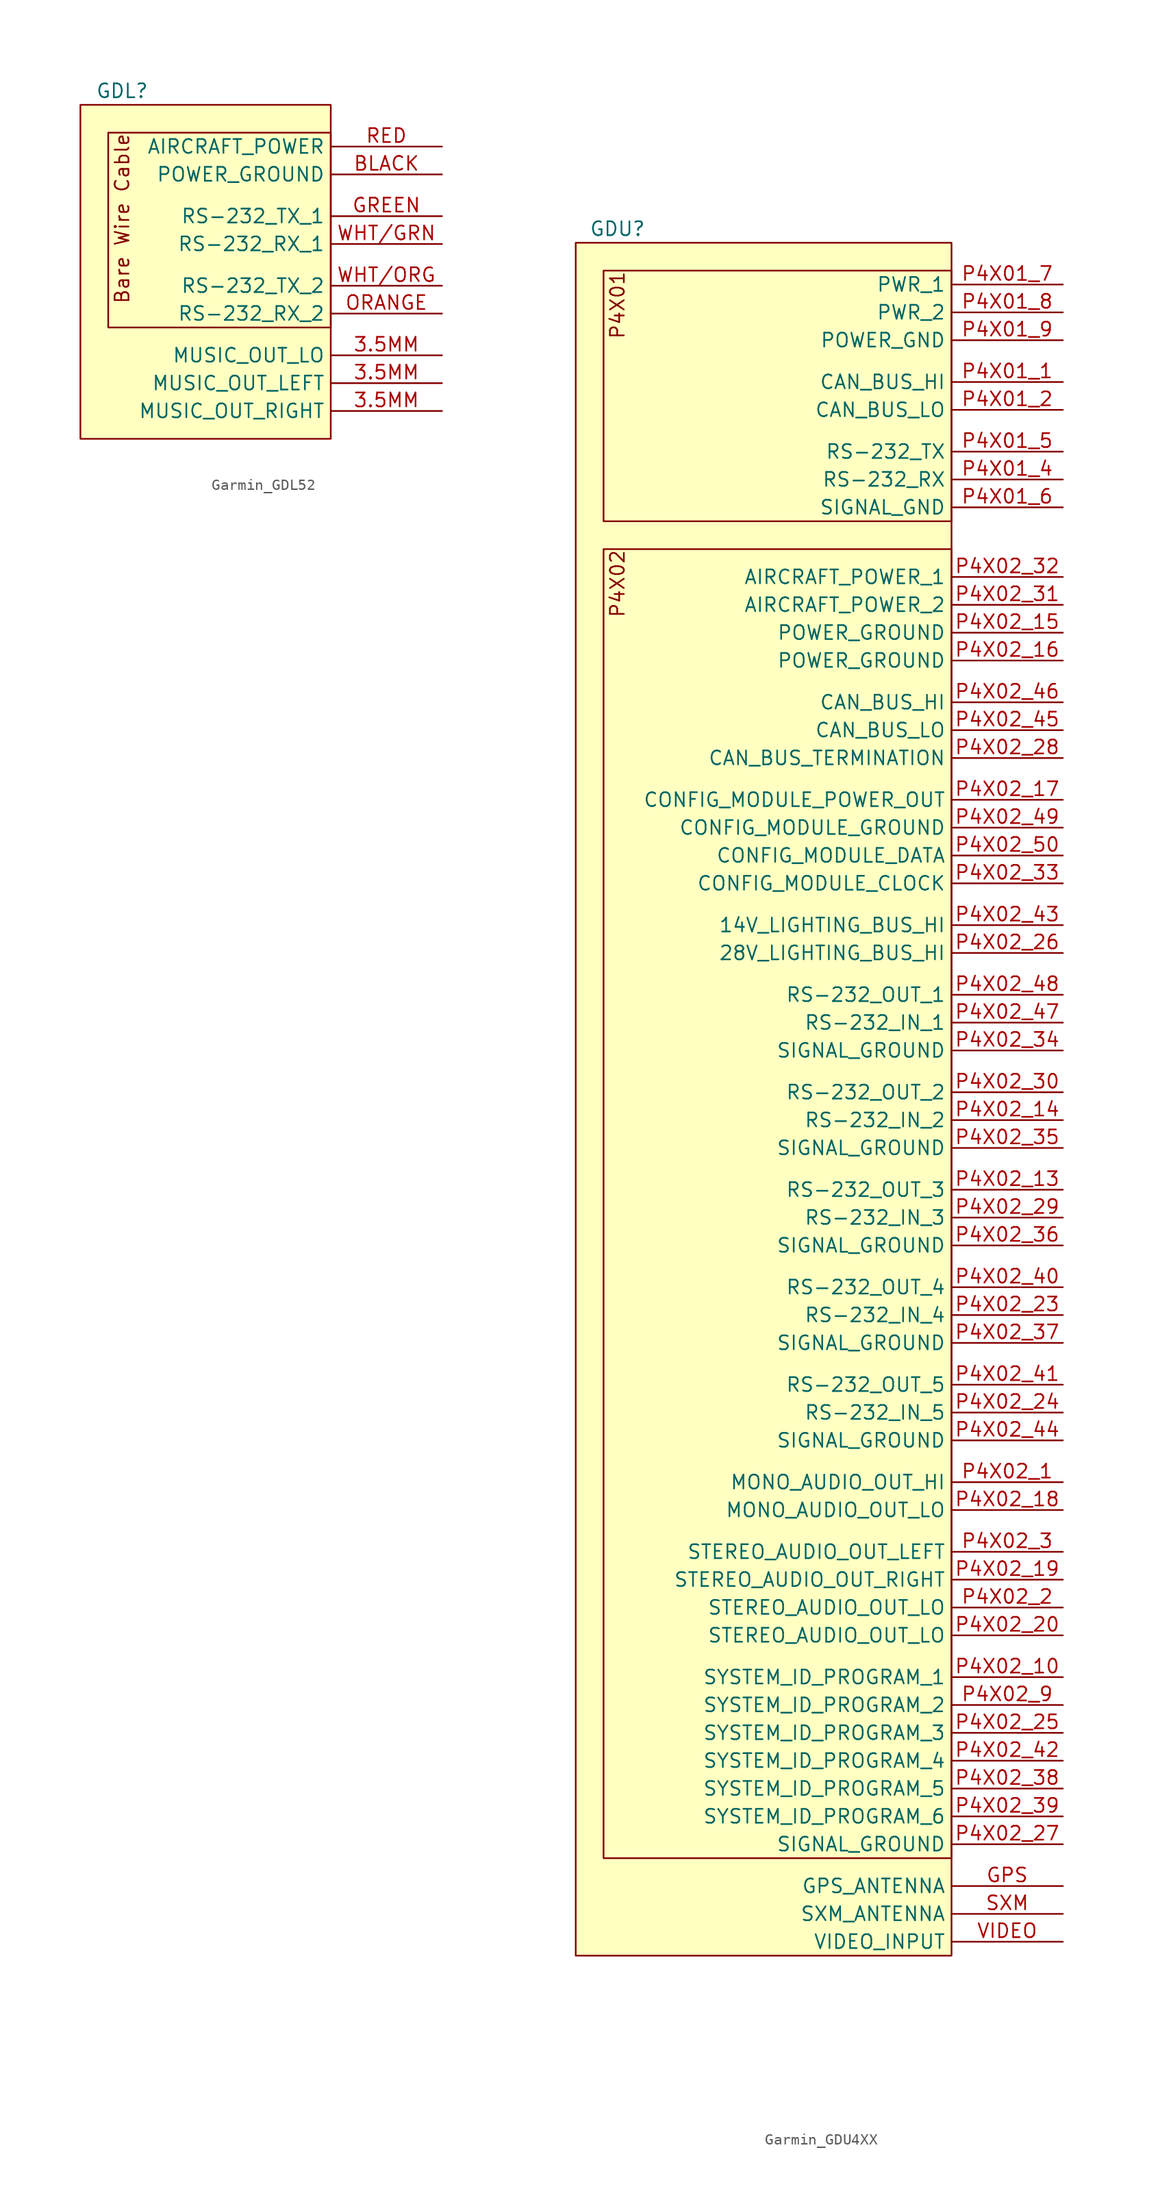
<source format=kicad_sym>
(kicad_symbol_lib
  (version 20241209)
  (generator "kicad_symbol_editor")
  (generator_version "9.0")
  (symbol "Garmin_GDL52"
    (property "Reference" "GDL"
      (at 3.81 1.27 0)
      (effects (font (size 1.27 1.27))))
    (property "Value" ""
      (at 2.54 -1.27 0)
      (effects (font (size 1.27 1.27))))
    (symbol "Garmin_GDL52_1_1"
      (rectangle (start 0 0) (end 22.86 -30.48) (stroke (width 0) (type default)) (fill (type background)))
      (rectangle (start 2.54 -2.54) (end 22.86 -20.32) (stroke (width 0) (type default)) (fill (type background)))
      (text "Bare Wire Cable" (at 3.81 -2.54 900) (effects (font (size 1.27 1.27)) (justify right)))
      (pin input line (at 33.02 -3.81 180) (length 10.16) (name "AIRCRAFT_POWER" (effects (font (size 1.27 1.27)))) (number "RED" (effects (font (size 1.27 1.27)))))
      (pin passive line (at 33.02 -6.35 180) (length 10.16) (name "POWER_GROUND" (effects (font (size 1.27 1.27)))) (number "BLACK" (effects (font (size 1.27 1.27)))))
      (pin output line (at 33.02 -10.16 180) (length 10.16) (name "RS-232_TX_1" (effects (font (size 1.27 1.27)))) (number "GREEN" (effects (font (size 1.27 1.27)))))
      (pin input line (at 33.02 -12.7 180) (length 10.16) (name "RS-232_RX_1" (effects (font (size 1.27 1.27)))) (number "WHT/GRN" (effects (font (size 1.27 1.27)))))
      (pin output line (at 33.02 -16.51 180) (length 10.16) (name "RS-232_TX_2" (effects (font (size 1.27 1.27)))) (number "WHT/ORG" (effects (font (size 1.27 1.27)))))
      (pin input line (at 33.02 -19.05 180) (length 10.16) (name "RS-232_RX_2" (effects (font (size 1.27 1.27)))) (number "ORANGE" (effects (font (size 1.27 1.27)))))
      (pin passive line (at 33.02 -22.86 180) (length 10.16) (name "MUSIC_OUT_LO" (effects (font (size 1.27 1.27)))) (number "3.5MM" (effects (font (size 1.27 1.27)))))
      (pin output line (at 33.02 -25.4 180) (length 10.16) (name "MUSIC_OUT_LEFT" (effects (font (size 1.27 1.27)))) (number "3.5MM" (effects (font (size 1.27 1.27)))))
      (pin output line (at 33.02 -27.94 180) (length 10.16) (name "MUSIC_OUT_RIGHT" (effects (font (size 1.27 1.27)))) (number "3.5MM" (effects (font (size 1.27 1.27)))))))
  (symbol "Garmin_GDU4XX"
    (property "Reference" "GDU"
      (at 3.81 1.27 0)
      (effects (font (size 1.27 1.27))))
    (property "Value" ""
      (at 2.54 0 0)
      (effects (font (size 1.27 1.27))))
    (symbol "Garmin_GDU4XX_1_1"
      (rectangle (start 0 0) (end 34.29 -156.21) (stroke (width 0) (type default)) (fill (type background)))
      (rectangle (start 2.54 -2.54) (end 34.29 -25.4) (stroke (width 0) (type default)) (fill (type background)))
      (rectangle (start 2.54 -27.94) (end 34.29 -147.32) (stroke (width 0) (type default)) (fill (type background)))
      (text "P4X01" (at 3.81 -2.54 900) (effects (font (size 1.27 1.27)) (justify right)))
      (text "P4X02" (at 3.81 -27.94 900) (effects (font (size 1.27 1.27)) (justify right)))
      (pin power_in line (at 44.45 -3.81 180) (length 10.16) (name "PWR_1" (effects (font (size 1.27 1.27)))) (number "P4X01_7" (effects (font (size 1.27 1.27)))))
      (pin power_in line (at 44.45 -6.35 180) (length 10.16) (name "PWR_2" (effects (font (size 1.27 1.27)))) (number "P4X01_8" (effects (font (size 1.27 1.27)))))
      (pin passive line (at 44.45 -8.89 180) (length 10.16) (name "POWER_GND" (effects (font (size 1.27 1.27)))) (number "P4X01_9" (effects (font (size 1.27 1.27)))))
      (pin bidirectional line (at 44.45 -12.7 180) (length 10.16) (name "CAN_BUS_HI" (effects (font (size 1.27 1.27)))) (number "P4X01_1" (effects (font (size 1.27 1.27)))))
      (pin bidirectional line (at 44.45 -15.24 180) (length 10.16) (name "CAN_BUS_LO" (effects (font (size 1.27 1.27)))) (number "P4X01_2" (effects (font (size 1.27 1.27)))))
      (pin output line (at 44.45 -19.05 180) (length 10.16) (name "RS-232_TX" (effects (font (size 1.27 1.27)))) (number "P4X01_5" (effects (font (size 1.27 1.27)))))
      (pin input line (at 44.45 -21.59 180) (length 10.16) (name "RS-232_RX" (effects (font (size 1.27 1.27)))) (number "P4X01_4" (effects (font (size 1.27 1.27)))))
      (pin passive line (at 44.45 -24.13 180) (length 10.16) (name "SIGNAL_GND" (effects (font (size 1.27 1.27)))) (number "P4X01_6" (effects (font (size 1.27 1.27)))))
      (pin power_in line (at 44.45 -30.48 180) (length 10.16) (name "AIRCRAFT_POWER_1" (effects (font (size 1.27 1.27)))) (number "P4X02_32" (effects (font (size 1.27 1.27)))))
      (pin power_in line (at 44.45 -33.02 180) (length 10.16) (name "AIRCRAFT_POWER_2" (effects (font (size 1.27 1.27)))) (number "P4X02_31" (effects (font (size 1.27 1.27)))))
      (pin passive line (at 44.45 -35.56 180) (length 10.16) (name "POWER_GROUND" (effects (font (size 1.27 1.27)))) (number "P4X02_15" (effects (font (size 1.27 1.27)))))
      (pin passive line (at 44.45 -38.1 180) (length 10.16) (name "POWER_GROUND" (effects (font (size 1.27 1.27)))) (number "P4X02_16" (effects (font (size 1.27 1.27)))))
      (pin bidirectional line (at 44.45 -41.91 180) (length 10.16) (name "CAN_BUS_HI" (effects (font (size 1.27 1.27)))) (number "P4X02_46" (effects (font (size 1.27 1.27)))))
      (pin bidirectional line (at 44.45 -44.45 180) (length 10.16) (name "CAN_BUS_LO" (effects (font (size 1.27 1.27)))) (number "P4X02_45" (effects (font (size 1.27 1.27)))))
      (pin passive line (at 44.45 -46.99 180) (length 10.16) (name "CAN_BUS_TERMINATION" (effects (font (size 1.27 1.27)))) (number "P4X02_28" (effects (font (size 1.27 1.27)))))
      (pin power_out line (at 44.45 -50.8 180) (length 10.16) (name "CONFIG_MODULE_POWER_OUT" (effects (font (size 1.27 1.27)))) (number "P4X02_17" (effects (font (size 1.27 1.27)))))
      (pin passive line (at 44.45 -53.34 180) (length 10.16) (name "CONFIG_MODULE_GROUND" (effects (font (size 1.27 1.27)))) (number "P4X02_49" (effects (font (size 1.27 1.27)))))
      (pin bidirectional line (at 44.45 -55.88 180) (length 10.16) (name "CONFIG_MODULE_DATA" (effects (font (size 1.27 1.27)))) (number "P4X02_50" (effects (font (size 1.27 1.27)))))
      (pin output line (at 44.45 -58.42 180) (length 10.16) (name "CONFIG_MODULE_CLOCK" (effects (font (size 1.27 1.27)))) (number "P4X02_33" (effects (font (size 1.27 1.27)))))
      (pin input line (at 44.45 -62.23 180) (length 10.16) (name "14V_LIGHTING_BUS_HI" (effects (font (size 1.27 1.27)))) (number "P4X02_43" (effects (font (size 1.27 1.27)))))
      (pin input line (at 44.45 -64.77 180) (length 10.16) (name "28V_LIGHTING_BUS_HI" (effects (font (size 1.27 1.27)))) (number "P4X02_26" (effects (font (size 1.27 1.27)))))
      (pin output line (at 44.45 -68.58 180) (length 10.16) (name "RS-232_OUT_1" (effects (font (size 1.27 1.27)))) (number "P4X02_48" (effects (font (size 1.27 1.27)))))
      (pin input line (at 44.45 -71.12 180) (length 10.16) (name "RS-232_IN_1" (effects (font (size 1.27 1.27)))) (number "P4X02_47" (effects (font (size 1.27 1.27)))))
      (pin passive line (at 44.45 -73.66 180) (length 10.16) (name "SIGNAL_GROUND" (effects (font (size 1.27 1.27)))) (number "P4X02_34" (effects (font (size 1.27 1.27)))))
      (pin output line (at 44.45 -77.47 180) (length 10.16) (name "RS-232_OUT_2" (effects (font (size 1.27 1.27)))) (number "P4X02_30" (effects (font (size 1.27 1.27)))))
      (pin input line (at 44.45 -80.01 180) (length 10.16) (name "RS-232_IN_2" (effects (font (size 1.27 1.27)))) (number "P4X02_14" (effects (font (size 1.27 1.27)))))
      (pin passive line (at 44.45 -82.55 180) (length 10.16) (name "SIGNAL_GROUND" (effects (font (size 1.27 1.27)))) (number "P4X02_35" (effects (font (size 1.27 1.27)))))
      (pin output line (at 44.45 -86.36 180) (length 10.16) (name "RS-232_OUT_3" (effects (font (size 1.27 1.27)))) (number "P4X02_13" (effects (font (size 1.27 1.27)))))
      (pin input line (at 44.45 -88.9 180) (length 10.16) (name "RS-232_IN_3" (effects (font (size 1.27 1.27)))) (number "P4X02_29" (effects (font (size 1.27 1.27)))))
      (pin passive line (at 44.45 -91.44 180) (length 10.16) (name "SIGNAL_GROUND" (effects (font (size 1.27 1.27)))) (number "P4X02_36" (effects (font (size 1.27 1.27)))))
      (pin output line (at 44.45 -95.25 180) (length 10.16) (name "RS-232_OUT_4" (effects (font (size 1.27 1.27)))) (number "P4X02_40" (effects (font (size 1.27 1.27)))))
      (pin input line (at 44.45 -97.79 180) (length 10.16) (name "RS-232_IN_4" (effects (font (size 1.27 1.27)))) (number "P4X02_23" (effects (font (size 1.27 1.27)))))
      (pin passive line (at 44.45 -100.33 180) (length 10.16) (name "SIGNAL_GROUND" (effects (font (size 1.27 1.27)))) (number "P4X02_37" (effects (font (size 1.27 1.27)))))
      (pin output line (at 44.45 -104.14 180) (length 10.16) (name "RS-232_OUT_5" (effects (font (size 1.27 1.27)))) (number "P4X02_41" (effects (font (size 1.27 1.27)))))
      (pin input line (at 44.45 -106.68 180) (length 10.16) (name "RS-232_IN_5" (effects (font (size 1.27 1.27)))) (number "P4X02_24" (effects (font (size 1.27 1.27)))))
      (pin passive line (at 44.45 -109.22 180) (length 10.16) (name "SIGNAL_GROUND" (effects (font (size 1.27 1.27)))) (number "P4X02_44" (effects (font (size 1.27 1.27)))))
      (pin output line (at 44.45 -113.03 180) (length 10.16) (name "MONO_AUDIO_OUT_HI" (effects (font (size 1.27 1.27)))) (number "P4X02_1" (effects (font (size 1.27 1.27)))))
      (pin passive line (at 44.45 -115.57 180) (length 10.16) (name "MONO_AUDIO_OUT_LO" (effects (font (size 1.27 1.27)))) (number "P4X02_18" (effects (font (size 1.27 1.27)))))
      (pin output line (at 44.45 -119.38 180) (length 10.16) (name "STEREO_AUDIO_OUT_LEFT" (effects (font (size 1.27 1.27)))) (number "P4X02_3" (effects (font (size 1.27 1.27)))))
      (pin output line (at 44.45 -121.92 180) (length 10.16) (name "STEREO_AUDIO_OUT_RIGHT" (effects (font (size 1.27 1.27)))) (number "P4X02_19" (effects (font (size 1.27 1.27)))))
      (pin passive line (at 44.45 -124.46 180) (length 10.16) (name "STEREO_AUDIO_OUT_LO" (effects (font (size 1.27 1.27)))) (number "P4X02_2" (effects (font (size 1.27 1.27)))))
      (pin passive line (at 44.45 -127 180) (length 10.16) (name "STEREO_AUDIO_OUT_LO" (effects (font (size 1.27 1.27)))) (number "P4X02_20" (effects (font (size 1.27 1.27)))))
      (pin bidirectional line (at 44.45 -130.81 180) (length 10.16) (name "SYSTEM_ID_PROGRAM_1" (effects (font (size 1.27 1.27)))) (number "P4X02_10" (effects (font (size 1.27 1.27)))))
      (pin bidirectional line (at 44.45 -133.35 180) (length 10.16) (name "SYSTEM_ID_PROGRAM_2" (effects (font (size 1.27 1.27)))) (number "P4X02_9" (effects (font (size 1.27 1.27)))))
      (pin bidirectional line (at 44.45 -135.89 180) (length 10.16) (name "SYSTEM_ID_PROGRAM_3" (effects (font (size 1.27 1.27)))) (number "P4X02_25" (effects (font (size 1.27 1.27)))))
      (pin bidirectional line (at 44.45 -138.43 180) (length 10.16) (name "SYSTEM_ID_PROGRAM_4" (effects (font (size 1.27 1.27)))) (number "P4X02_42" (effects (font (size 1.27 1.27)))))
      (pin bidirectional line (at 44.45 -140.97 180) (length 10.16) (name "SYSTEM_ID_PROGRAM_5" (effects (font (size 1.27 1.27)))) (number "P4X02_38" (effects (font (size 1.27 1.27)))))
      (pin bidirectional line (at 44.45 -143.51 180) (length 10.16) (name "SYSTEM_ID_PROGRAM_6" (effects (font (size 1.27 1.27)))) (number "P4X02_39" (effects (font (size 1.27 1.27)))))
      (pin passive line (at 44.45 -146.05 180) (length 10.16) (name "SIGNAL_GROUND" (effects (font (size 1.27 1.27)))) (number "P4X02_27" (effects (font (size 1.27 1.27)))))
      (pin input line (at 44.45 -149.86 180) (length 10.16) (name "GPS_ANTENNA" (effects (font (size 1.27 1.27)))) (number "GPS" (effects (font (size 1.27 1.27)))))
      (pin input line (at 44.45 -152.4 180) (length 10.16) (name "SXM_ANTENNA" (effects (font (size 1.27 1.27)))) (number "SXM" (effects (font (size 1.27 1.27)))))
      (pin input line (at 44.45 -154.94 180) (length 10.16) (name "VIDEO_INPUT" (effects (font (size 1.27 1.27)))) (number "VIDEO" (effects (font (size 1.27 1.27))))))))
</source>
